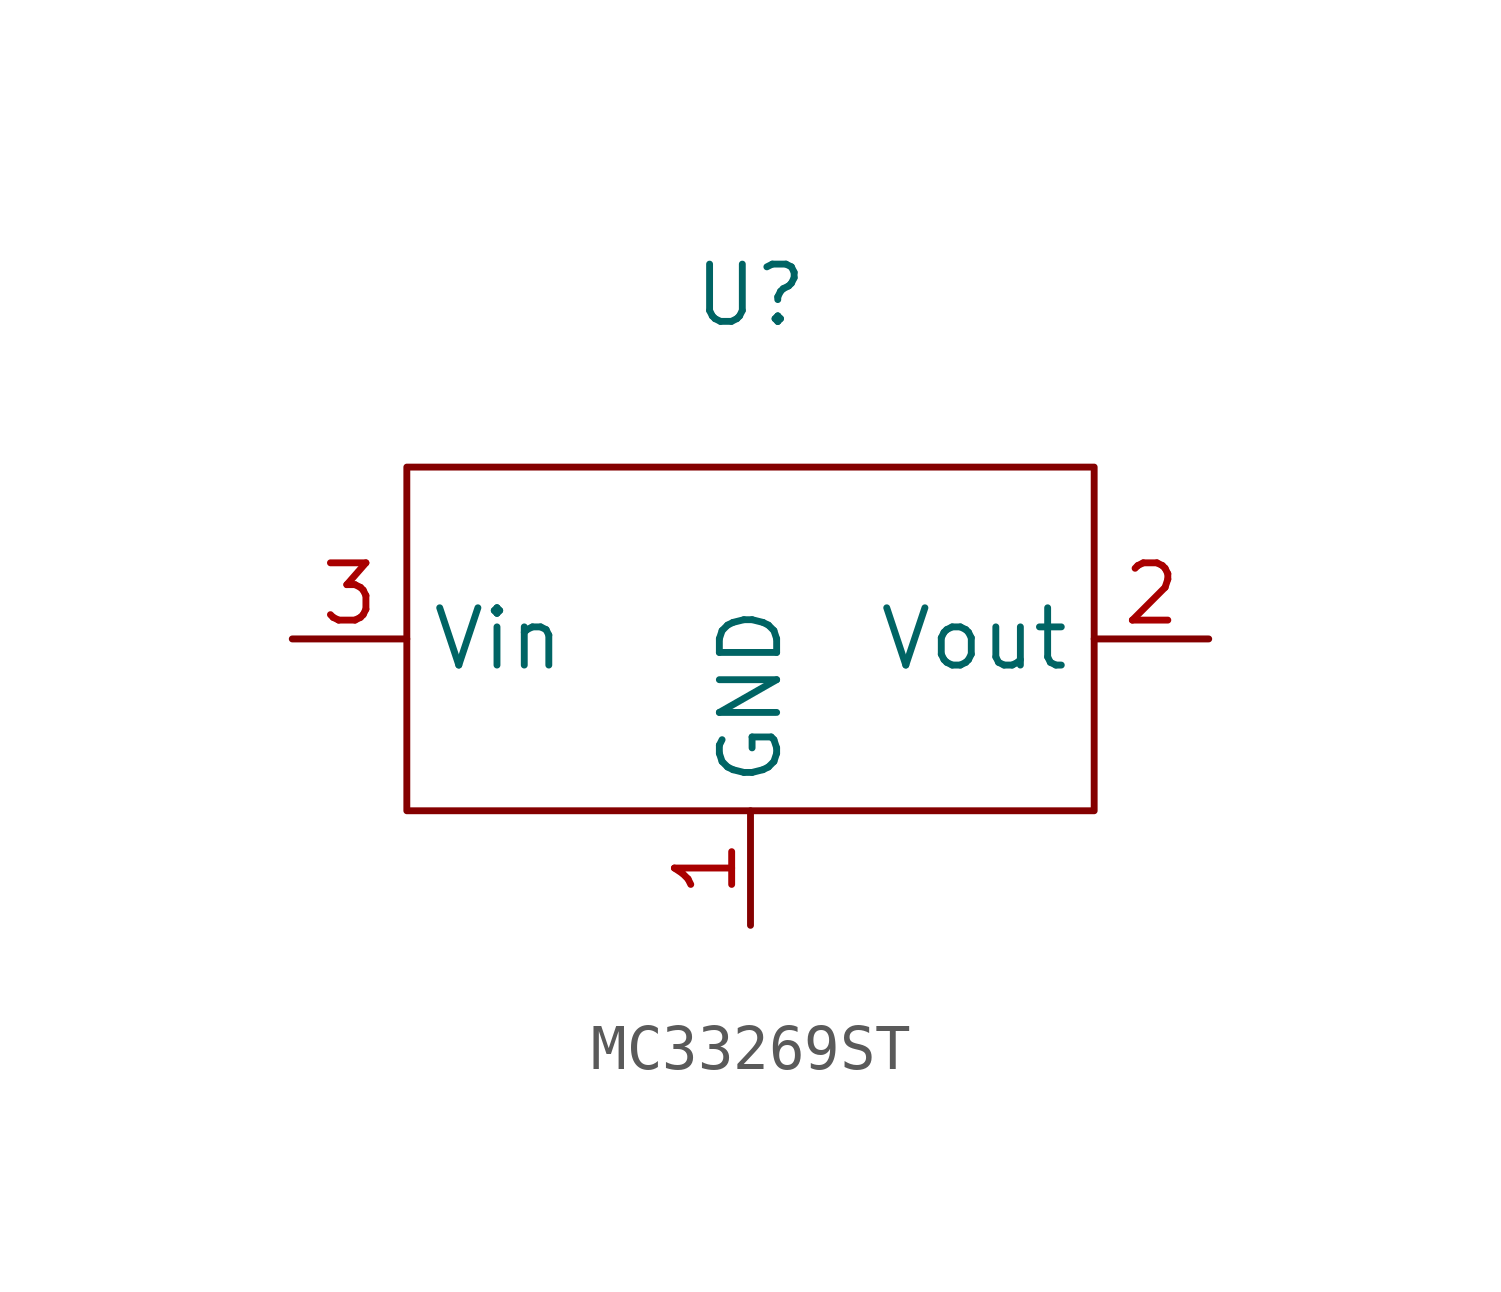
<source format=kicad_sym>
(kicad_symbol_lib
  (version 20220914)
  (generator kicad_symbol_editor)
  (symbol "MC33269ST"
    (property "Reference" "U"
      (at 0 7.62 0)
      (effects (font (size 1.27 1.27))))
    (property "Value" ""
      (at 0 0 0)
      (effects (font (size 1.27 1.27))))
    (symbol "MC33269ST_0_1"
      (rectangle (start -7.62 3.81) (end 7.62 -3.81) (stroke (width 0) (type default)) (fill (type none))))
    (symbol "MC33269ST_1_1"
      (pin input line (at 0 -6.35 90) (length 2.54) (name "GND" (effects (font (size 1.27 1.27)))) (number "1" (effects (font (size 1.27 1.27)))))
      (pin input line (at 10.16 0 180) (length 2.54) (name "Vout" (effects (font (size 1.27 1.27)))) (number "2" (effects (font (size 1.27 1.27)))))
      (pin input line (at -10.16 0 0) (length 2.54) (name "Vin" (effects (font (size 1.27 1.27)))) (number "3" (effects (font (size 1.27 1.27))))))))
</source>
